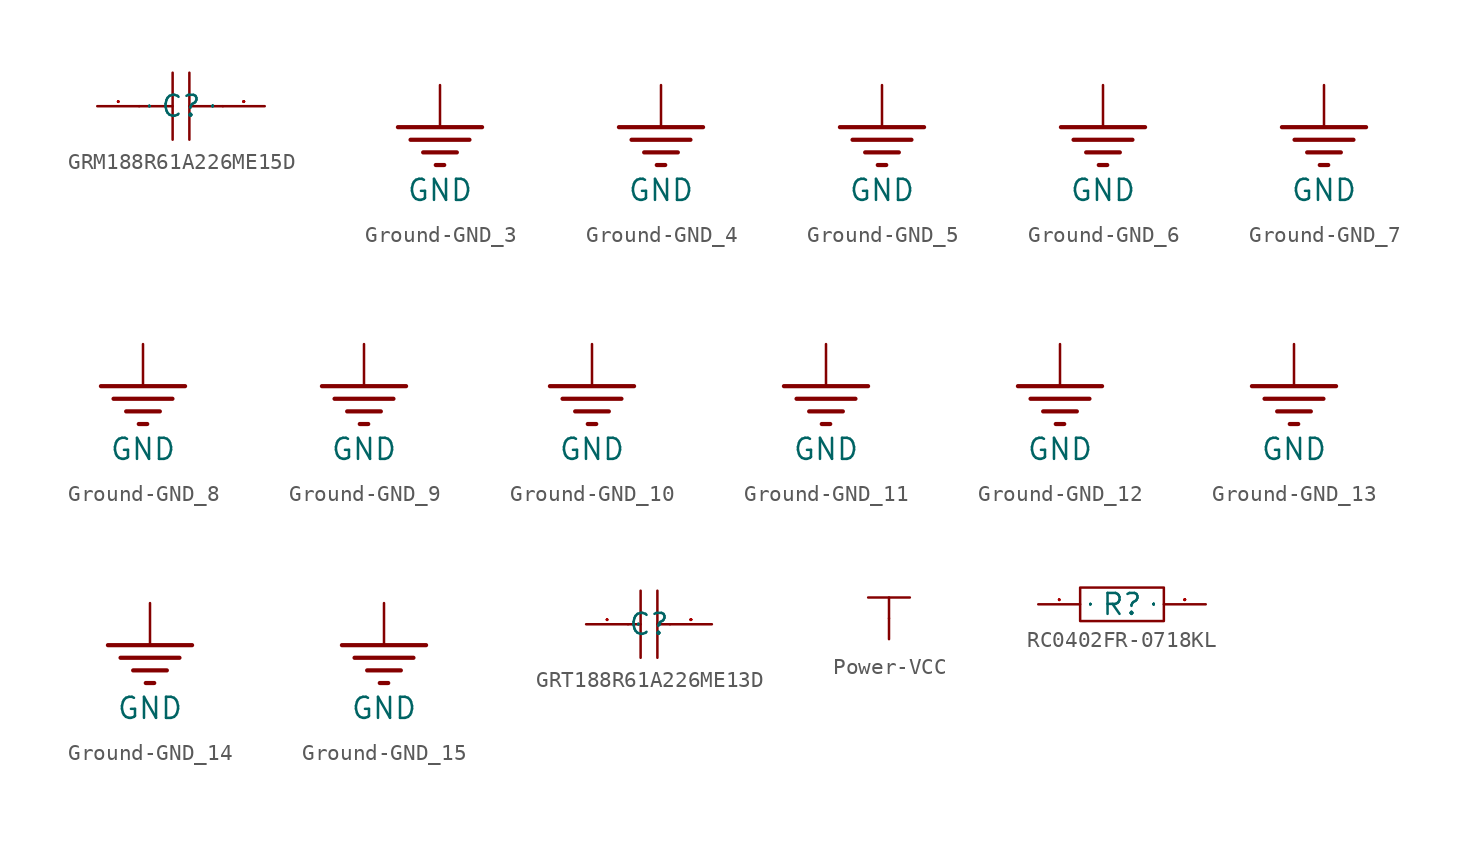
<source format=kicad_sym>
(kicad_symbol_lib
  (version 20241209)
  (generator "kicad_symbol_editor")
  (generator_version "9.0")
  (symbol "GRM188R61A226ME15D"
    (property "Reference" "C"
      (at 0 0 0)
      (effects (font (size 1.27 1.27))))
    (symbol "GRM188R61A226ME15D_1_0"
      (polyline (pts (xy -0.508 0) (xy -2.54 0)) (stroke (width 0) (type default)) (fill (type none)))
      (polyline (pts (xy -0.508 -2.032) (xy -0.508 2.032)) (stroke (width 0) (type default)) (fill (type none)))
      (polyline (pts (xy 0.508 2.032) (xy 0.508 -2.032)) (stroke (width 0) (type default)) (fill (type none)))
      (polyline (pts (xy 2.54 0) (xy 0.508 0)) (stroke (width 0) (type default)) (fill (type none)))
      (pin input line (at -5.08 0 0) (length 2.54) (name "1" (effects (font (size 0.025 0.025)))) (number "1" (effects (font (size 0.025 0.025)))))
      (pin input line (at 5.08 0 180) (length 2.54) (name "2" (effects (font (size 0.025 0.025)))) (number "2" (effects (font (size 0.025 0.025)))))))
  (symbol "Ground-GND_3"
    (power)
    (pin_numbers
      (hide yes))
    (pin_names
      (hide yes))
    (property "Reference" "#PWR"
      (at 0 0 0)
      (effects (font (size 1.27 1.27)) (hide yes)))
    (property "Value" "GND"
      (at 0 -6.35 0)
      (effects (font (size 1.27 1.27))))
    (symbol "Ground-GND_3_1_0"
      (polyline (pts (xy -2.54 -2.54) (xy 2.54 -2.54)) (stroke (width 0.254) (type default)) (fill (type none)))
      (polyline (pts (xy -1.778 -3.302) (xy 1.778 -3.302)) (stroke (width 0.254) (type default)) (fill (type none)))
      (polyline (pts (xy -1.016 -4.064) (xy 1.016 -4.064)) (stroke (width 0.254) (type default)) (fill (type none)))
      (polyline (pts (xy -0.254 -4.826) (xy 0.254 -4.826)) (stroke (width 0.254) (type default)) (fill (type none)))
      (pin power_in line (at 0 0 270) (length 2.54) (name "" (effects (font (size 1.27 1.27)))) (number "1" (effects (font (size 0.025 0.025)))))))
  (symbol "Ground-GND_4"
    (power)
    (pin_numbers
      (hide yes))
    (pin_names
      (hide yes))
    (property "Reference" "#PWR"
      (at 0 0 0)
      (effects (font (size 1.27 1.27)) (hide yes)))
    (property "Value" "GND"
      (at 0 -6.35 0)
      (effects (font (size 1.27 1.27))))
    (symbol "Ground-GND_4_1_0"
      (polyline (pts (xy -2.54 -2.54) (xy 2.54 -2.54)) (stroke (width 0.254) (type default)) (fill (type none)))
      (polyline (pts (xy -1.778 -3.302) (xy 1.778 -3.302)) (stroke (width 0.254) (type default)) (fill (type none)))
      (polyline (pts (xy -1.016 -4.064) (xy 1.016 -4.064)) (stroke (width 0.254) (type default)) (fill (type none)))
      (polyline (pts (xy -0.254 -4.826) (xy 0.254 -4.826)) (stroke (width 0.254) (type default)) (fill (type none)))
      (pin power_in line (at 0 0 270) (length 2.54) (name "" (effects (font (size 1.27 1.27)))) (number "1" (effects (font (size 0.025 0.025)))))))
  (symbol "Ground-GND_5"
    (power)
    (pin_numbers
      (hide yes))
    (pin_names
      (hide yes))
    (property "Reference" "#PWR"
      (at 0 0 0)
      (effects (font (size 1.27 1.27)) (hide yes)))
    (property "Value" "GND"
      (at 0 -6.35 0)
      (effects (font (size 1.27 1.27))))
    (symbol "Ground-GND_5_1_0"
      (polyline (pts (xy -2.54 -2.54) (xy 2.54 -2.54)) (stroke (width 0.254) (type default)) (fill (type none)))
      (polyline (pts (xy -1.778 -3.302) (xy 1.778 -3.302)) (stroke (width 0.254) (type default)) (fill (type none)))
      (polyline (pts (xy -1.016 -4.064) (xy 1.016 -4.064)) (stroke (width 0.254) (type default)) (fill (type none)))
      (polyline (pts (xy -0.254 -4.826) (xy 0.254 -4.826)) (stroke (width 0.254) (type default)) (fill (type none)))
      (pin power_in line (at 0 0 270) (length 2.54) (name "" (effects (font (size 1.27 1.27)))) (number "1" (effects (font (size 0.025 0.025)))))))
  (symbol "Ground-GND_6"
    (power)
    (pin_numbers
      (hide yes))
    (pin_names
      (hide yes))
    (property "Reference" "#PWR"
      (at 0 0 0)
      (effects (font (size 1.27 1.27)) (hide yes)))
    (property "Value" "GND"
      (at 0 -6.35 0)
      (effects (font (size 1.27 1.27))))
    (symbol "Ground-GND_6_1_0"
      (polyline (pts (xy -2.54 -2.54) (xy 2.54 -2.54)) (stroke (width 0.254) (type default)) (fill (type none)))
      (polyline (pts (xy -1.778 -3.302) (xy 1.778 -3.302)) (stroke (width 0.254) (type default)) (fill (type none)))
      (polyline (pts (xy -1.016 -4.064) (xy 1.016 -4.064)) (stroke (width 0.254) (type default)) (fill (type none)))
      (polyline (pts (xy -0.254 -4.826) (xy 0.254 -4.826)) (stroke (width 0.254) (type default)) (fill (type none)))
      (pin power_in line (at 0 0 270) (length 2.54) (name "" (effects (font (size 1.27 1.27)))) (number "1" (effects (font (size 0.025 0.025)))))))
  (symbol "Ground-GND_7"
    (power)
    (pin_numbers
      (hide yes))
    (pin_names
      (hide yes))
    (property "Reference" "#PWR"
      (at 0 0 0)
      (effects (font (size 1.27 1.27)) (hide yes)))
    (property "Value" "GND"
      (at 0 -6.35 0)
      (effects (font (size 1.27 1.27))))
    (symbol "Ground-GND_7_1_0"
      (polyline (pts (xy -2.54 -2.54) (xy 2.54 -2.54)) (stroke (width 0.254) (type default)) (fill (type none)))
      (polyline (pts (xy -1.778 -3.302) (xy 1.778 -3.302)) (stroke (width 0.254) (type default)) (fill (type none)))
      (polyline (pts (xy -1.016 -4.064) (xy 1.016 -4.064)) (stroke (width 0.254) (type default)) (fill (type none)))
      (polyline (pts (xy -0.254 -4.826) (xy 0.254 -4.826)) (stroke (width 0.254) (type default)) (fill (type none)))
      (pin power_in line (at 0 0 270) (length 2.54) (name "" (effects (font (size 1.27 1.27)))) (number "1" (effects (font (size 0.025 0.025)))))))
  (symbol "Ground-GND_8"
    (power)
    (pin_numbers
      (hide yes))
    (pin_names
      (hide yes))
    (property "Reference" "#PWR"
      (at 0 0 0)
      (effects (font (size 1.27 1.27)) (hide yes)))
    (property "Value" "GND"
      (at 0 -6.35 0)
      (effects (font (size 1.27 1.27))))
    (symbol "Ground-GND_8_1_0"
      (polyline (pts (xy -2.54 -2.54) (xy 2.54 -2.54)) (stroke (width 0.254) (type default)) (fill (type none)))
      (polyline (pts (xy -1.778 -3.302) (xy 1.778 -3.302)) (stroke (width 0.254) (type default)) (fill (type none)))
      (polyline (pts (xy -1.016 -4.064) (xy 1.016 -4.064)) (stroke (width 0.254) (type default)) (fill (type none)))
      (polyline (pts (xy -0.254 -4.826) (xy 0.254 -4.826)) (stroke (width 0.254) (type default)) (fill (type none)))
      (pin power_in line (at 0 0 270) (length 2.54) (name "" (effects (font (size 1.27 1.27)))) (number "1" (effects (font (size 0.025 0.025)))))))
  (symbol "Ground-GND_9"
    (power)
    (pin_numbers
      (hide yes))
    (pin_names
      (hide yes))
    (property "Reference" "#PWR"
      (at 0 0 0)
      (effects (font (size 1.27 1.27)) (hide yes)))
    (property "Value" "GND"
      (at 0 -6.35 0)
      (effects (font (size 1.27 1.27))))
    (symbol "Ground-GND_9_1_0"
      (polyline (pts (xy -2.54 -2.54) (xy 2.54 -2.54)) (stroke (width 0.254) (type default)) (fill (type none)))
      (polyline (pts (xy -1.778 -3.302) (xy 1.778 -3.302)) (stroke (width 0.254) (type default)) (fill (type none)))
      (polyline (pts (xy -1.016 -4.064) (xy 1.016 -4.064)) (stroke (width 0.254) (type default)) (fill (type none)))
      (polyline (pts (xy -0.254 -4.826) (xy 0.254 -4.826)) (stroke (width 0.254) (type default)) (fill (type none)))
      (pin power_in line (at 0 0 270) (length 2.54) (name "" (effects (font (size 1.27 1.27)))) (number "1" (effects (font (size 0.025 0.025)))))))
  (symbol "Ground-GND_10"
    (power)
    (pin_numbers
      (hide yes))
    (pin_names
      (hide yes))
    (property "Reference" "#PWR"
      (at 0 0 0)
      (effects (font (size 1.27 1.27)) (hide yes)))
    (property "Value" "GND"
      (at 0 -6.35 0)
      (effects (font (size 1.27 1.27))))
    (symbol "Ground-GND_10_1_0"
      (polyline (pts (xy -2.54 -2.54) (xy 2.54 -2.54)) (stroke (width 0.254) (type default)) (fill (type none)))
      (polyline (pts (xy -1.778 -3.302) (xy 1.778 -3.302)) (stroke (width 0.254) (type default)) (fill (type none)))
      (polyline (pts (xy -1.016 -4.064) (xy 1.016 -4.064)) (stroke (width 0.254) (type default)) (fill (type none)))
      (polyline (pts (xy -0.254 -4.826) (xy 0.254 -4.826)) (stroke (width 0.254) (type default)) (fill (type none)))
      (pin power_in line (at 0 0 270) (length 2.54) (name "" (effects (font (size 1.27 1.27)))) (number "1" (effects (font (size 0.025 0.025)))))))
  (symbol "Ground-GND_11"
    (power)
    (pin_numbers
      (hide yes))
    (pin_names
      (hide yes))
    (property "Reference" "#PWR"
      (at 0 0 0)
      (effects (font (size 1.27 1.27)) (hide yes)))
    (property "Value" "GND"
      (at 0 -6.35 0)
      (effects (font (size 1.27 1.27))))
    (symbol "Ground-GND_11_1_0"
      (polyline (pts (xy -2.54 -2.54) (xy 2.54 -2.54)) (stroke (width 0.254) (type default)) (fill (type none)))
      (polyline (pts (xy -1.778 -3.302) (xy 1.778 -3.302)) (stroke (width 0.254) (type default)) (fill (type none)))
      (polyline (pts (xy -1.016 -4.064) (xy 1.016 -4.064)) (stroke (width 0.254) (type default)) (fill (type none)))
      (polyline (pts (xy -0.254 -4.826) (xy 0.254 -4.826)) (stroke (width 0.254) (type default)) (fill (type none)))
      (pin power_in line (at 0 0 270) (length 2.54) (name "" (effects (font (size 1.27 1.27)))) (number "1" (effects (font (size 0.025 0.025)))))))
  (symbol "Ground-GND_12"
    (power)
    (pin_numbers
      (hide yes))
    (pin_names
      (hide yes))
    (property "Reference" "#PWR"
      (at 0 0 0)
      (effects (font (size 1.27 1.27)) (hide yes)))
    (property "Value" "GND"
      (at 0 -6.35 0)
      (effects (font (size 1.27 1.27))))
    (symbol "Ground-GND_12_1_0"
      (polyline (pts (xy -2.54 -2.54) (xy 2.54 -2.54)) (stroke (width 0.254) (type default)) (fill (type none)))
      (polyline (pts (xy -1.778 -3.302) (xy 1.778 -3.302)) (stroke (width 0.254) (type default)) (fill (type none)))
      (polyline (pts (xy -1.016 -4.064) (xy 1.016 -4.064)) (stroke (width 0.254) (type default)) (fill (type none)))
      (polyline (pts (xy -0.254 -4.826) (xy 0.254 -4.826)) (stroke (width 0.254) (type default)) (fill (type none)))
      (pin power_in line (at 0 0 270) (length 2.54) (name "" (effects (font (size 1.27 1.27)))) (number "1" (effects (font (size 0.025 0.025)))))))
  (symbol "Ground-GND_13"
    (power)
    (pin_numbers
      (hide yes))
    (pin_names
      (hide yes))
    (property "Reference" "#PWR"
      (at 0 0 0)
      (effects (font (size 1.27 1.27)) (hide yes)))
    (property "Value" "GND"
      (at 0 -6.35 0)
      (effects (font (size 1.27 1.27))))
    (symbol "Ground-GND_13_1_0"
      (polyline (pts (xy -2.54 -2.54) (xy 2.54 -2.54)) (stroke (width 0.254) (type default)) (fill (type none)))
      (polyline (pts (xy -1.778 -3.302) (xy 1.778 -3.302)) (stroke (width 0.254) (type default)) (fill (type none)))
      (polyline (pts (xy -1.016 -4.064) (xy 1.016 -4.064)) (stroke (width 0.254) (type default)) (fill (type none)))
      (polyline (pts (xy -0.254 -4.826) (xy 0.254 -4.826)) (stroke (width 0.254) (type default)) (fill (type none)))
      (pin power_in line (at 0 0 270) (length 2.54) (name "" (effects (font (size 1.27 1.27)))) (number "1" (effects (font (size 0.025 0.025)))))))
  (symbol "Ground-GND_14"
    (power)
    (pin_numbers
      (hide yes))
    (pin_names
      (hide yes))
    (property "Reference" "#PWR"
      (at 0 0 0)
      (effects (font (size 1.27 1.27)) (hide yes)))
    (property "Value" "GND"
      (at 0 -6.35 0)
      (effects (font (size 1.27 1.27))))
    (symbol "Ground-GND_14_1_0"
      (polyline (pts (xy -2.54 -2.54) (xy 2.54 -2.54)) (stroke (width 0.254) (type default)) (fill (type none)))
      (polyline (pts (xy -1.778 -3.302) (xy 1.778 -3.302)) (stroke (width 0.254) (type default)) (fill (type none)))
      (polyline (pts (xy -1.016 -4.064) (xy 1.016 -4.064)) (stroke (width 0.254) (type default)) (fill (type none)))
      (polyline (pts (xy -0.254 -4.826) (xy 0.254 -4.826)) (stroke (width 0.254) (type default)) (fill (type none)))
      (pin power_in line (at 0 0 270) (length 2.54) (name "" (effects (font (size 1.27 1.27)))) (number "1" (effects (font (size 0.025 0.025)))))))
  (symbol "Ground-GND_15"
    (power)
    (pin_numbers
      (hide yes))
    (pin_names
      (hide yes))
    (property "Reference" "#PWR"
      (at 0 0 0)
      (effects (font (size 1.27 1.27)) (hide yes)))
    (property "Value" "GND"
      (at 0 -6.35 0)
      (effects (font (size 1.27 1.27))))
    (symbol "Ground-GND_15_1_0"
      (polyline (pts (xy -2.54 -2.54) (xy 2.54 -2.54)) (stroke (width 0.254) (type default)) (fill (type none)))
      (polyline (pts (xy -1.778 -3.302) (xy 1.778 -3.302)) (stroke (width 0.254) (type default)) (fill (type none)))
      (polyline (pts (xy -1.016 -4.064) (xy 1.016 -4.064)) (stroke (width 0.254) (type default)) (fill (type none)))
      (polyline (pts (xy -0.254 -4.826) (xy 0.254 -4.826)) (stroke (width 0.254) (type default)) (fill (type none)))
      (pin power_in line (at 0 0 270) (length 2.54) (name "" (effects (font (size 1.27 1.27)))) (number "1" (effects (font (size 0.025 0.025)))))))
  (symbol "GRT188R61A226ME13D"
    (property "Reference" "C"
      (at 0 0 0)
      (effects (font (size 1.27 1.27))))
    (property "Value" ""
      (at 0 0 0)
      (effects (font (size 1.27 1.27))))
    (symbol "GRT188R61A226ME13D_1_0"
      (polyline (pts (xy -1.27 0) (xy -0.508 0)) (stroke (width 0) (type default)) (fill (type none)))
      (polyline (pts (xy -0.508 2.032) (xy -0.508 -2.032)) (stroke (width 0) (type default)) (fill (type none)))
      (polyline (pts (xy 0.508 2.032) (xy 0.508 -2.032)) (stroke (width 0) (type default)) (fill (type none)))
      (polyline (pts (xy 0.508 0) (xy 1.27 0)) (stroke (width 0) (type default)) (fill (type none)))
      (pin input line (at -3.81 0 0) (length 2.54) (name "1" (effects (font (size 0.025 0.025)))) (number "1" (effects (font (size 0.025 0.025)))))
      (pin input line (at 3.81 0 180) (length 2.54) (name "2" (effects (font (size 0.025 0.025)))) (number "2" (effects (font (size 0.025 0.025)))))))
  (symbol "Power-VCC"
    (power)
    (pin_numbers
      (hide yes))
    (pin_names
      (hide yes))
    (property "Reference" "#PWR"
      (at 0 0 0)
      (effects (font (size 1.27 1.27)) (hide yes)))
    (property "Value" ""
      (at 0 2.54 0)
      (effects (font (size 1.27 1.27)) (justify bottom)))
    (symbol "Power-VCC_1_0"
      (polyline (pts (xy -1.27 2.54) (xy 1.27 2.54)) (stroke (width 0) (type default)) (fill (type none)))
      (polyline (pts (xy 0 2.54) (xy 0 1.27)) (stroke (width 0) (type default)) (fill (type none)))
      (pin power_in line (at 0 0 90) (length 1.27) (name "+5V_IN" (effects (font (size 1.27 1.27)))) (number "1" (effects (font (size 0.025 0.025)))))))
  (symbol "RC0402FR-0718KL"
    (property "Reference" "R"
      (at 0 0 0)
      (effects (font (size 1.27 1.27))))
    (symbol "RC0402FR-0718KL_1_0"
      (rectangle (start -2.54 -1.016) (end 2.54 1.016) (stroke (width 0) (type default)) (fill (type none)))
      (pin input line (at -5.08 0 0) (length 2.54) (name "1" (effects (font (size 0.025 0.025)))) (number "1" (effects (font (size 0.025 0.025)))))
      (pin input line (at 5.08 0 180) (length 2.54) (name "2" (effects (font (size 0.025 0.025)))) (number "2" (effects (font (size 0.025 0.025))))))))
</source>
